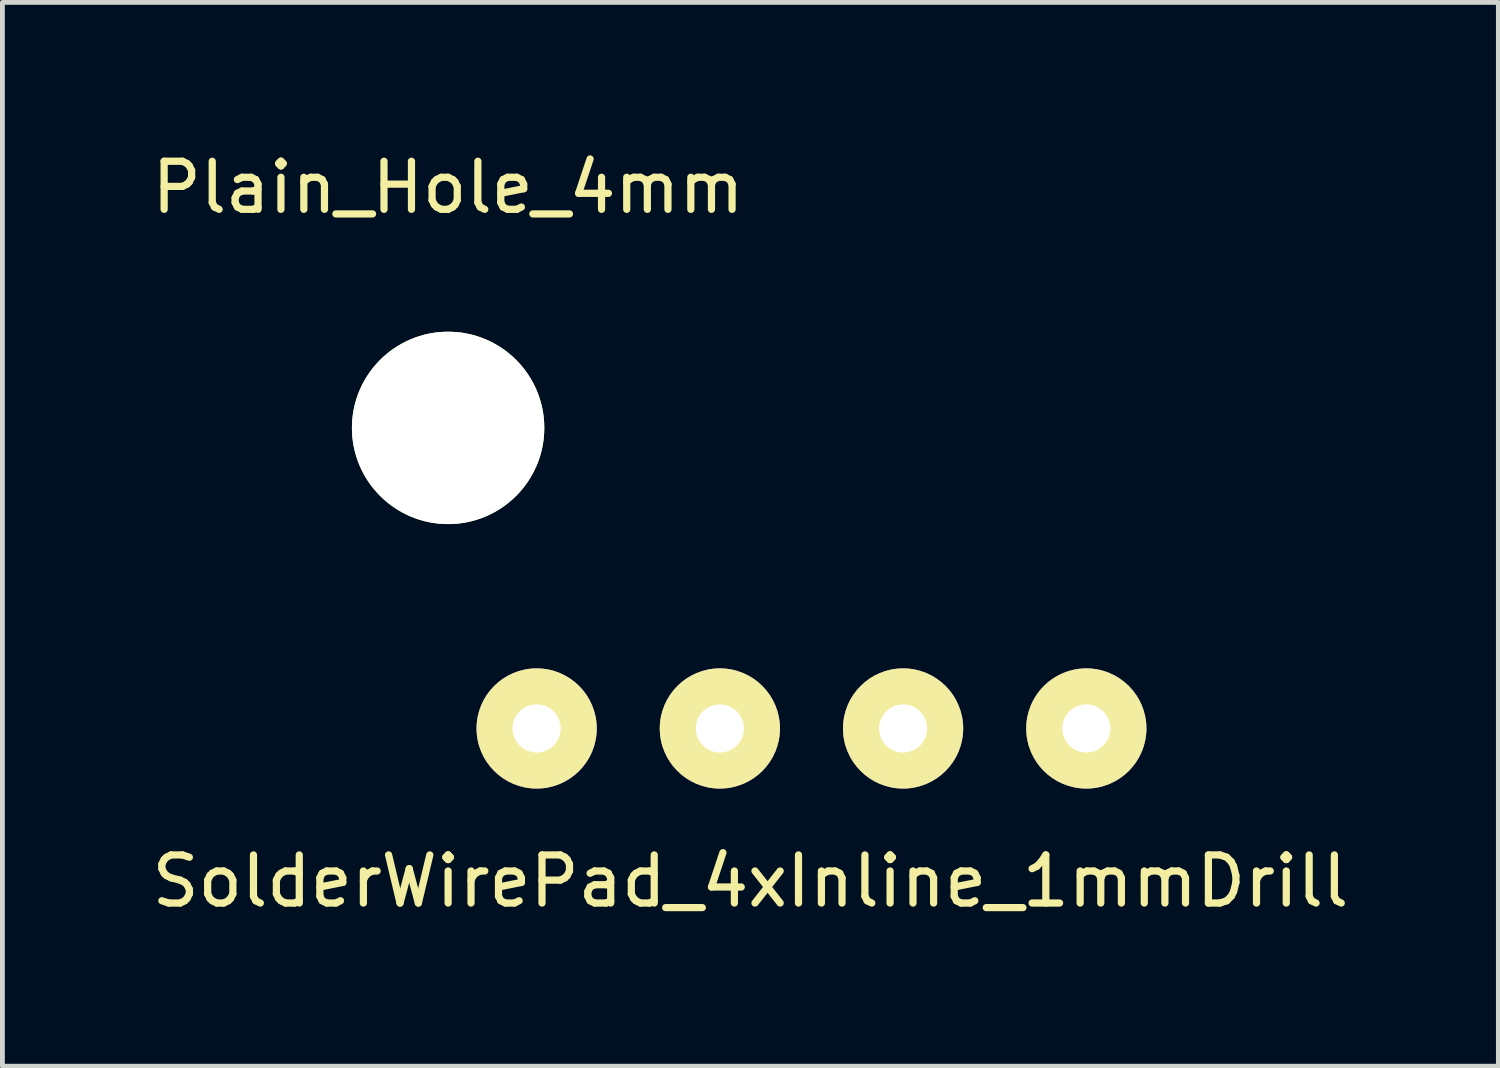
<source format=kicad_pcb>
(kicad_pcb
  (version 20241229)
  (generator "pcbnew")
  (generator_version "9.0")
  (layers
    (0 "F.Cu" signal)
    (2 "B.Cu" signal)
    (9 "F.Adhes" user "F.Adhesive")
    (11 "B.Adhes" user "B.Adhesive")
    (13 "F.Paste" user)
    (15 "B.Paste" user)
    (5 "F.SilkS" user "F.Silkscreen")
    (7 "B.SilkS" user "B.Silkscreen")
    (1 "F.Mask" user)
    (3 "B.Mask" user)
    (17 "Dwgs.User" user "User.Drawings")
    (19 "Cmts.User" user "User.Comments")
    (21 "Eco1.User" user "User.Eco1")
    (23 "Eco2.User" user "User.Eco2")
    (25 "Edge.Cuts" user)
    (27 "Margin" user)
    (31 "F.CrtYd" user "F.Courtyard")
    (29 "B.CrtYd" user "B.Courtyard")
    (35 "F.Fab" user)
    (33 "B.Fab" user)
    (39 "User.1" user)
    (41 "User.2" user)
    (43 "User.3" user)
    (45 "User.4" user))
  (footprint "SolderWirePad_4xInline_1mmDrill"
    (layer "F.Cu")
    (at 13.824 12.098)
    (property "Reference" "SolderWirePad_4xInline_1mmDrill" (at -1.27 3.175 0) (layer "F.SilkS") (effects (font (size 1 1) (thickness 0.15))))
    (attr through_hole)
    (pad "1" thru_hole circle (at -5.715 0) (size 2.499 2.499) (drill 1.001) (layers "*.Cu" "*.Mask" "F.SilkS"))
    (pad "2" thru_hole circle (at -1.905 0) (size 2.499 2.499) (drill 1.001) (layers "*.Cu" "*.Mask" "F.SilkS"))
    (pad "3" thru_hole circle (at 1.905 0) (size 2.499 2.499) (drill 1.001) (layers "*.Cu" "*.Mask" "F.SilkS"))
    (pad "5" thru_hole circle (at 5.715 0) (size 2.499 2.499) (drill 1.001) (layers "*.Cu" "*.Mask" "F.SilkS")))
  (footprint "Plain_Hole_4mm"
    (layer "F.Cu")
    (at 6.268 5.848)
    (property "Reference" "Plain_Hole_4mm" (at 0 -5 0) (layer "F.SilkS") (effects (font (size 1 1) (thickness 0.15))))
    (attr through_hole)
    (pad "" np_thru_hole circle (at 0 0) (size 4 4) (drill 4) (layers "*.Cu" "*.Mask" "F.SilkS")))
  (gr_rect
    (start -3 -3)
    (end 28.107 19.121)
    (stroke (width 0.1) (type default))
    (fill no)
    (layer "Edge.Cuts")))
</source>
